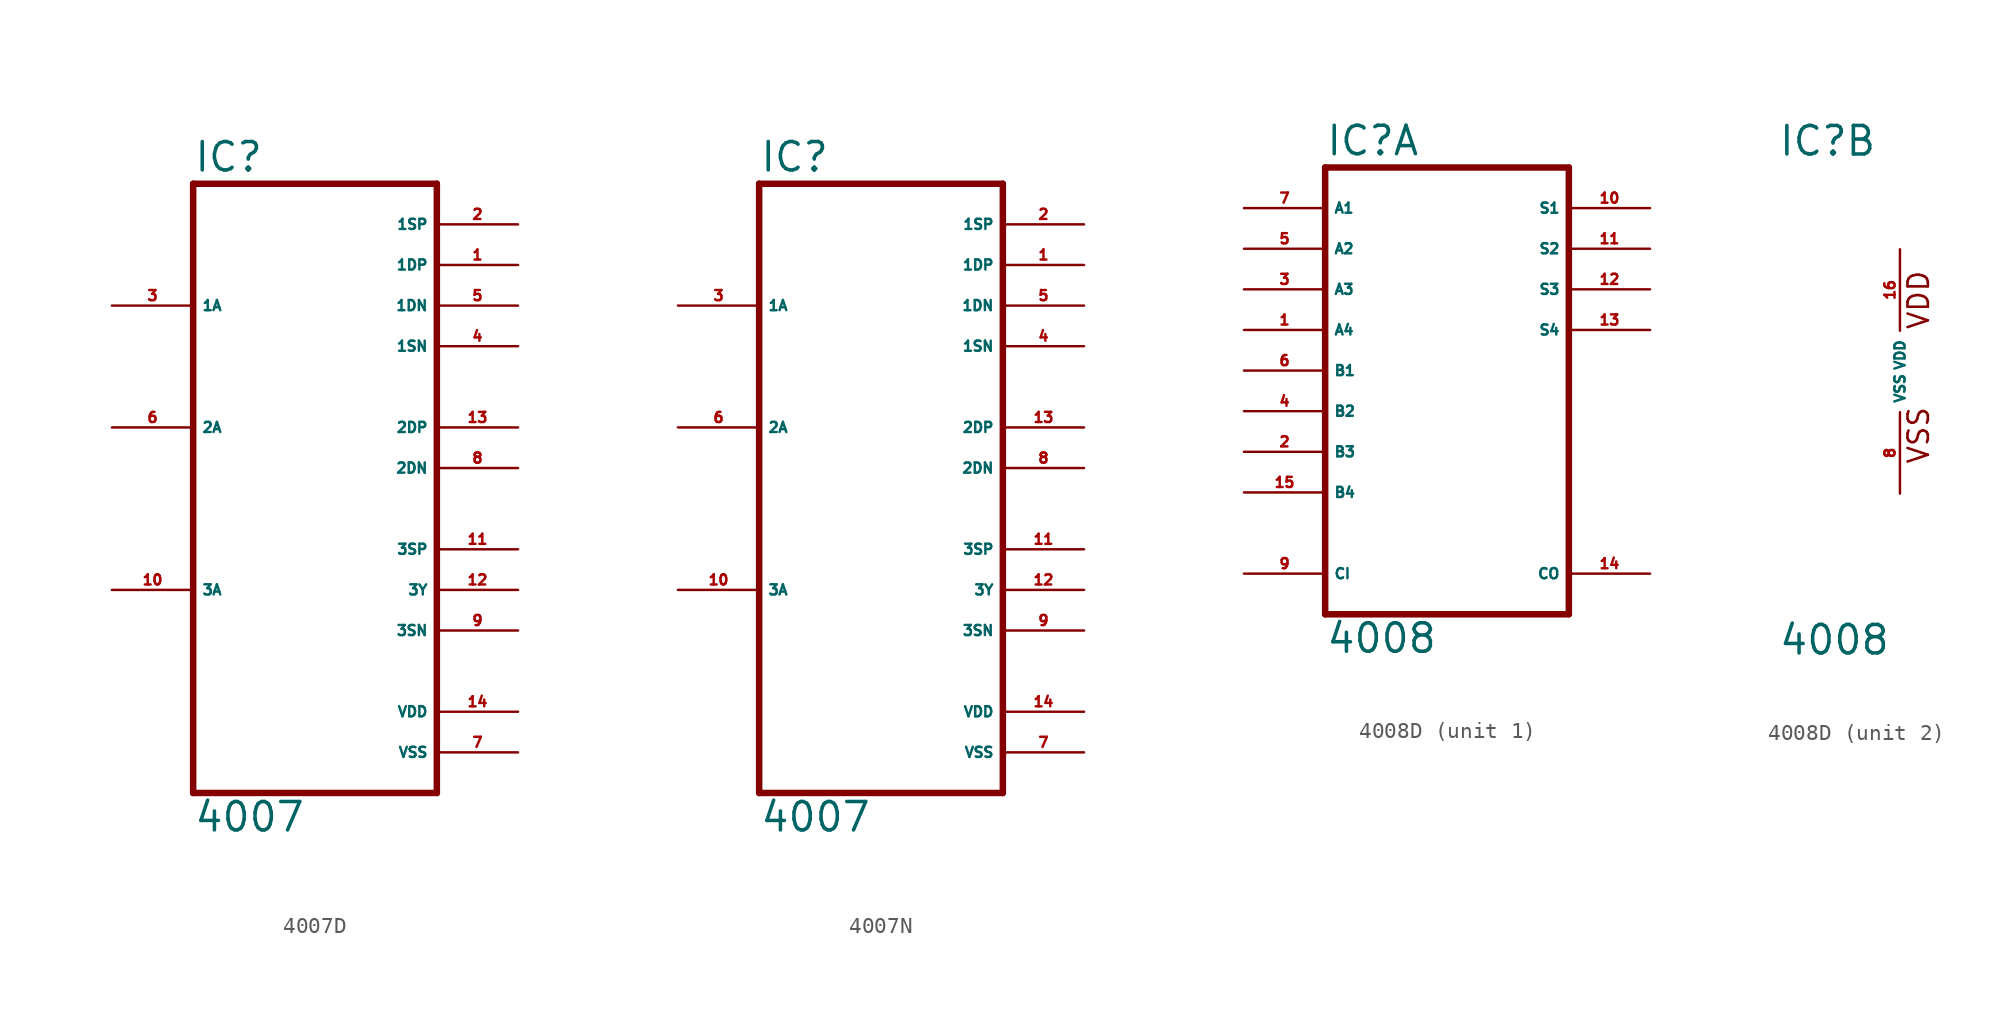
<source format=kicad_sym>
(kicad_symbol_lib
  (version 20220914)
  (generator Eagle2Kicad)
  (symbol "4007D"
    (property "Reference" "IC"
      (at -7.62 18.415 0)
      (effects (font (size 1.778 1.778) (thickness 0.22)) (justify left bottom)))
    (property "Value" "4007"
      (at -7.62 -22.86 0)
      (effects (font (size 1.778 1.778) (thickness 0.22)) (justify left bottom)))
    (polyline
      (pts (xy -7.62 -20.32) (xy 7.62 -20.32))
      (stroke (width 0.406) (type default))
      (fill (type none)))
    (polyline
      (pts (xy 7.62 -20.32) (xy 7.62 17.78))
      (stroke (width 0.406) (type default))
      (fill (type none)))
    (polyline
      (pts (xy 7.62 17.78) (xy -7.62 17.78))
      (stroke (width 0.406) (type default))
      (fill (type none)))
    (polyline
      (pts (xy -7.62 17.78) (xy -7.62 -20.32))
      (stroke (width 0.406) (type default))
      (fill (type none)))
    (pin open_collector line
      (at 12.7 12.7 180)
      (length 5.08)
      (name "1DP" (effects (font (size 0.635 0.635) (thickness 0.08)) (justify left bottom)))
      (number "1" (effects (font (size 0.635 0.635) (thickness 0.08)) (justify left bottom))))
    (pin open_collector line
      (at 12.7 15.24 180)
      (length 5.08)
      (name "1SP" (effects (font (size 0.635 0.635) (thickness 0.08)) (justify left bottom)))
      (number "2" (effects (font (size 0.635 0.635) (thickness 0.08)) (justify left bottom))))
    (pin input line
      (at -12.7 10.16 0)
      (length 5.08)
      (name "1A" (effects (font (size 0.635 0.635) (thickness 0.08)) (justify left bottom)))
      (number "3" (effects (font (size 0.635 0.635) (thickness 0.08)) (justify left bottom))))
    (pin open_collector line
      (at 12.7 7.62 180)
      (length 5.08)
      (name "1SN" (effects (font (size 0.635 0.635) (thickness 0.08)) (justify left bottom)))
      (number "4" (effects (font (size 0.635 0.635) (thickness 0.08)) (justify left bottom))))
    (pin open_collector line
      (at 12.7 10.16 180)
      (length 5.08)
      (name "1DN" (effects (font (size 0.635 0.635) (thickness 0.08)) (justify left bottom)))
      (number "5" (effects (font (size 0.635 0.635) (thickness 0.08)) (justify left bottom))))
    (pin input line
      (at -12.7 2.54 0)
      (length 5.08)
      (name "2A" (effects (font (size 0.635 0.635) (thickness 0.08)) (justify left bottom)))
      (number "6" (effects (font (size 0.635 0.635) (thickness 0.08)) (justify left bottom))))
    (pin input line
      (at 12.7 -17.78 180)
      (length 5.08)
      (name "VSS" (effects (font (size 0.635 0.635) (thickness 0.08)) (justify left bottom)))
      (number "7" (effects (font (size 0.635 0.635) (thickness 0.08)) (justify left bottom))))
    (pin bidirectional line
      (at 12.7 0 180)
      (length 5.08)
      (name "2DN" (effects (font (size 0.635 0.635) (thickness 0.08)) (justify left bottom)))
      (number "8" (effects (font (size 0.635 0.635) (thickness 0.08)) (justify left bottom))))
    (pin bidirectional line
      (at 12.7 -10.16 180)
      (length 5.08)
      (name "3SN" (effects (font (size 0.635 0.635) (thickness 0.08)) (justify left bottom)))
      (number "9" (effects (font (size 0.635 0.635) (thickness 0.08)) (justify left bottom))))
    (pin input line
      (at -12.7 -7.62 0)
      (length 5.08)
      (name "3A" (effects (font (size 0.635 0.635) (thickness 0.08)) (justify left bottom)))
      (number "10" (effects (font (size 0.635 0.635) (thickness 0.08)) (justify left bottom))))
    (pin bidirectional line
      (at 12.7 -5.08 180)
      (length 5.08)
      (name "3SP" (effects (font (size 0.635 0.635) (thickness 0.08)) (justify left bottom)))
      (number "11" (effects (font (size 0.635 0.635) (thickness 0.08)) (justify left bottom))))
    (pin bidirectional line
      (at 12.7 -7.62 180)
      (length 5.08)
      (name "3Y" (effects (font (size 0.635 0.635) (thickness 0.08)) (justify left bottom)))
      (number "12" (effects (font (size 0.635 0.635) (thickness 0.08)) (justify left bottom))))
    (pin bidirectional line
      (at 12.7 2.54 180)
      (length 5.08)
      (name "2DP" (effects (font (size 0.635 0.635) (thickness 0.08)) (justify left bottom)))
      (number "13" (effects (font (size 0.635 0.635) (thickness 0.08)) (justify left bottom))))
    (pin input line
      (at 12.7 -15.24 180)
      (length 5.08)
      (name "VDD" (effects (font (size 0.635 0.635) (thickness 0.08)) (justify left bottom)))
      (number "14" (effects (font (size 0.635 0.635) (thickness 0.08)) (justify left bottom)))))
  (symbol "4007N"
    (property "Reference" "IC"
      (at -7.62 18.415 0)
      (effects (font (size 1.778 1.778) (thickness 0.22)) (justify left bottom)))
    (property "Value" "4007"
      (at -7.62 -22.86 0)
      (effects (font (size 1.778 1.778) (thickness 0.22)) (justify left bottom)))
    (polyline
      (pts (xy -7.62 -20.32) (xy 7.62 -20.32))
      (stroke (width 0.406) (type default))
      (fill (type none)))
    (polyline
      (pts (xy 7.62 -20.32) (xy 7.62 17.78))
      (stroke (width 0.406) (type default))
      (fill (type none)))
    (polyline
      (pts (xy 7.62 17.78) (xy -7.62 17.78))
      (stroke (width 0.406) (type default))
      (fill (type none)))
    (polyline
      (pts (xy -7.62 17.78) (xy -7.62 -20.32))
      (stroke (width 0.406) (type default))
      (fill (type none)))
    (pin open_collector line
      (at 12.7 12.7 180)
      (length 5.08)
      (name "1DP" (effects (font (size 0.635 0.635) (thickness 0.08)) (justify left bottom)))
      (number "1" (effects (font (size 0.635 0.635) (thickness 0.08)) (justify left bottom))))
    (pin open_collector line
      (at 12.7 15.24 180)
      (length 5.08)
      (name "1SP" (effects (font (size 0.635 0.635) (thickness 0.08)) (justify left bottom)))
      (number "2" (effects (font (size 0.635 0.635) (thickness 0.08)) (justify left bottom))))
    (pin input line
      (at -12.7 10.16 0)
      (length 5.08)
      (name "1A" (effects (font (size 0.635 0.635) (thickness 0.08)) (justify left bottom)))
      (number "3" (effects (font (size 0.635 0.635) (thickness 0.08)) (justify left bottom))))
    (pin open_collector line
      (at 12.7 7.62 180)
      (length 5.08)
      (name "1SN" (effects (font (size 0.635 0.635) (thickness 0.08)) (justify left bottom)))
      (number "4" (effects (font (size 0.635 0.635) (thickness 0.08)) (justify left bottom))))
    (pin open_collector line
      (at 12.7 10.16 180)
      (length 5.08)
      (name "1DN" (effects (font (size 0.635 0.635) (thickness 0.08)) (justify left bottom)))
      (number "5" (effects (font (size 0.635 0.635) (thickness 0.08)) (justify left bottom))))
    (pin input line
      (at -12.7 2.54 0)
      (length 5.08)
      (name "2A" (effects (font (size 0.635 0.635) (thickness 0.08)) (justify left bottom)))
      (number "6" (effects (font (size 0.635 0.635) (thickness 0.08)) (justify left bottom))))
    (pin input line
      (at 12.7 -17.78 180)
      (length 5.08)
      (name "VSS" (effects (font (size 0.635 0.635) (thickness 0.08)) (justify left bottom)))
      (number "7" (effects (font (size 0.635 0.635) (thickness 0.08)) (justify left bottom))))
    (pin bidirectional line
      (at 12.7 0 180)
      (length 5.08)
      (name "2DN" (effects (font (size 0.635 0.635) (thickness 0.08)) (justify left bottom)))
      (number "8" (effects (font (size 0.635 0.635) (thickness 0.08)) (justify left bottom))))
    (pin bidirectional line
      (at 12.7 -10.16 180)
      (length 5.08)
      (name "3SN" (effects (font (size 0.635 0.635) (thickness 0.08)) (justify left bottom)))
      (number "9" (effects (font (size 0.635 0.635) (thickness 0.08)) (justify left bottom))))
    (pin input line
      (at -12.7 -7.62 0)
      (length 5.08)
      (name "3A" (effects (font (size 0.635 0.635) (thickness 0.08)) (justify left bottom)))
      (number "10" (effects (font (size 0.635 0.635) (thickness 0.08)) (justify left bottom))))
    (pin bidirectional line
      (at 12.7 -5.08 180)
      (length 5.08)
      (name "3SP" (effects (font (size 0.635 0.635) (thickness 0.08)) (justify left bottom)))
      (number "11" (effects (font (size 0.635 0.635) (thickness 0.08)) (justify left bottom))))
    (pin bidirectional line
      (at 12.7 -7.62 180)
      (length 5.08)
      (name "3Y" (effects (font (size 0.635 0.635) (thickness 0.08)) (justify left bottom)))
      (number "12" (effects (font (size 0.635 0.635) (thickness 0.08)) (justify left bottom))))
    (pin bidirectional line
      (at 12.7 2.54 180)
      (length 5.08)
      (name "2DP" (effects (font (size 0.635 0.635) (thickness 0.08)) (justify left bottom)))
      (number "13" (effects (font (size 0.635 0.635) (thickness 0.08)) (justify left bottom))))
    (pin input line
      (at 12.7 -15.24 180)
      (length 5.08)
      (name "VDD" (effects (font (size 0.635 0.635) (thickness 0.08)) (justify left bottom)))
      (number "14" (effects (font (size 0.635 0.635) (thickness 0.08)) (justify left bottom)))))
  (symbol "4008D"
    (property "Reference" "IC"
      (at -7.62 13.335 0)
      (effects (font (size 1.778 1.778) (thickness 0.22)) (justify left bottom)))
    (property "Value" "4008"
      (at -7.62 -17.78 0)
      (effects (font (size 1.778 1.778) (thickness 0.22)) (justify left bottom)))
    (symbol "4008D_1_0"
      (polyline (pts (xy -7.62 -15.24) (xy 7.62 -15.24)) (stroke (width 0.406) (type default)) (fill (type none)))
      (polyline (pts (xy 7.62 -15.24) (xy 7.62 12.7)) (stroke (width 0.406) (type default)) (fill (type none)))
      (polyline (pts (xy 7.62 12.7) (xy -7.62 12.7)) (stroke (width 0.406) (type default)) (fill (type none)))
      (polyline (pts (xy -7.62 12.7) (xy -7.62 -15.24)) (stroke (width 0.406) (type default)) (fill (type none)))
      (pin input line (at -12.7 2.54 0) (length 5.08) (name "A4" (effects (font (size 0.635 0.635) (thickness 0.08)) (justify left bottom))) (number "1" (effects (font (size 0.635 0.635) (thickness 0.08)) (justify left bottom))))
      (pin input line (at -12.7 -5.08 0) (length 5.08) (name "B3" (effects (font (size 0.635 0.635) (thickness 0.08)) (justify left bottom))) (number "2" (effects (font (size 0.635 0.635) (thickness 0.08)) (justify left bottom))))
      (pin input line (at -12.7 5.08 0) (length 5.08) (name "A3" (effects (font (size 0.635 0.635) (thickness 0.08)) (justify left bottom))) (number "3" (effects (font (size 0.635 0.635) (thickness 0.08)) (justify left bottom))))
      (pin input line (at -12.7 -2.54 0) (length 5.08) (name "B2" (effects (font (size 0.635 0.635) (thickness 0.08)) (justify left bottom))) (number "4" (effects (font (size 0.635 0.635) (thickness 0.08)) (justify left bottom))))
      (pin input line (at -12.7 7.62 0) (length 5.08) (name "A2" (effects (font (size 0.635 0.635) (thickness 0.08)) (justify left bottom))) (number "5" (effects (font (size 0.635 0.635) (thickness 0.08)) (justify left bottom))))
      (pin input line (at -12.7 0 0) (length 5.08) (name "B1" (effects (font (size 0.635 0.635) (thickness 0.08)) (justify left bottom))) (number "6" (effects (font (size 0.635 0.635) (thickness 0.08)) (justify left bottom))))
      (pin input line (at -12.7 10.16 0) (length 5.08) (name "A1" (effects (font (size 0.635 0.635) (thickness 0.08)) (justify left bottom))) (number "7" (effects (font (size 0.635 0.635) (thickness 0.08)) (justify left bottom))))
      (pin input line (at -12.7 -12.7 0) (length 5.08) (name "CI" (effects (font (size 0.635 0.635) (thickness 0.08)) (justify left bottom))) (number "9" (effects (font (size 0.635 0.635) (thickness 0.08)) (justify left bottom))))
      (pin output line (at 12.7 10.16 180) (length 5.08) (name "S1" (effects (font (size 0.635 0.635) (thickness 0.08)) (justify left bottom))) (number "10" (effects (font (size 0.635 0.635) (thickness 0.08)) (justify left bottom))))
      (pin output line (at 12.7 7.62 180) (length 5.08) (name "S2" (effects (font (size 0.635 0.635) (thickness 0.08)) (justify left bottom))) (number "11" (effects (font (size 0.635 0.635) (thickness 0.08)) (justify left bottom))))
      (pin output line (at 12.7 5.08 180) (length 5.08) (name "S3" (effects (font (size 0.635 0.635) (thickness 0.08)) (justify left bottom))) (number "12" (effects (font (size 0.635 0.635) (thickness 0.08)) (justify left bottom))))
      (pin output line (at 12.7 2.54 180) (length 5.08) (name "S4" (effects (font (size 0.635 0.635) (thickness 0.08)) (justify left bottom))) (number "13" (effects (font (size 0.635 0.635) (thickness 0.08)) (justify left bottom))))
      (pin output line (at 12.7 -12.7 180) (length 5.08) (name "CO" (effects (font (size 0.635 0.635) (thickness 0.08)) (justify left bottom))) (number "14" (effects (font (size 0.635 0.635) (thickness 0.08)) (justify left bottom))))
      (pin input line (at -12.7 -7.62 0) (length 5.08) (name "B4" (effects (font (size 0.635 0.635) (thickness 0.08)) (justify left bottom))) (number "15" (effects (font (size 0.635 0.635) (thickness 0.08)) (justify left bottom)))))
    (symbol "4008D_2_0"
      (text "VDD" (at 1.905 2.54 900) (effects (font (size 1.27 1.27) (thickness 0.16)) (justify left bottom)))
      (text "VSS" (at 1.905 -5.842 900) (effects (font (size 1.27 1.27) (thickness 0.16)) (justify left bottom)))
      (pin unspecified line (at 0 -7.62 90) (length 5.08) (name "VSS" (effects (font (size 0.635 0.635) (thickness 0.08)) (justify left bottom))) (number "8" (effects (font (size 0.635 0.635) (thickness 0.08)) (justify left bottom))))
      (pin unspecified line (at 0 7.62 270) (length 5.08) (name "VDD" (effects (font (size 0.635 0.635) (thickness 0.08)) (justify left bottom))) (number "16" (effects (font (size 0.635 0.635) (thickness 0.08)) (justify left bottom)))))))
</source>
